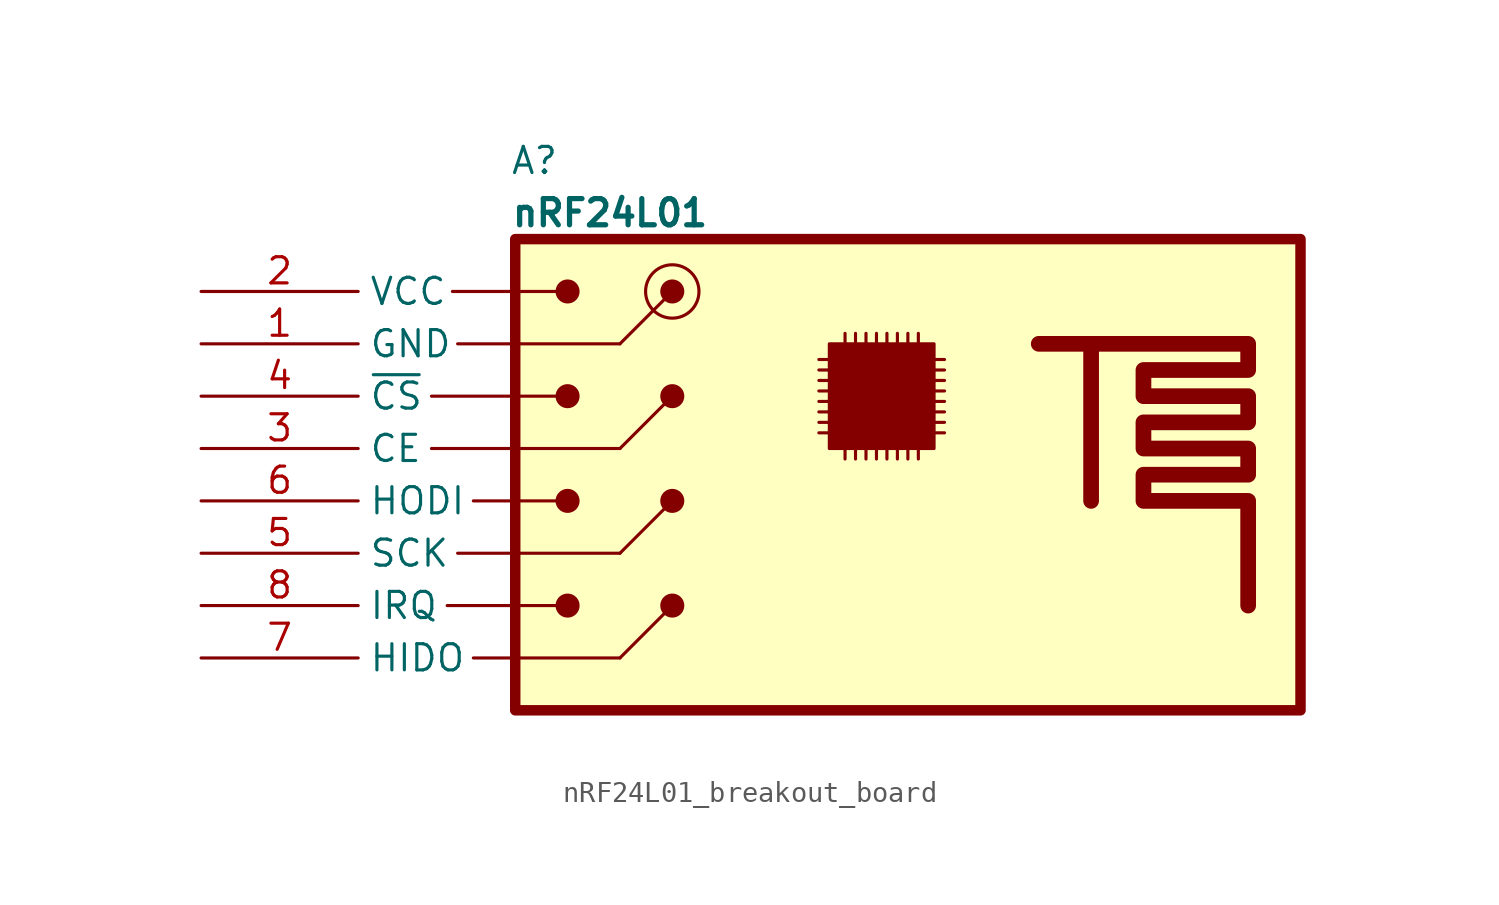
<source format=kicad_sym>
(kicad_symbol_lib
  (version 20220914)
  (generator kicad_symbol_editor)
  (symbol "nRF24L01_breakout_board"
    (property "Reference" "A"
      (at 14.986 6.35 0)
      (effects (font (size 1.27 1.27)) (justify left)))
    (property "Value" "nRF24L01"
      (at 14.986 3.81 0)
      (effects (font (size 1.27 1.27) bold) (justify left)))
    (symbol "nRF24L01_breakout_board_0_1"
      (polyline (pts (xy 11.176 -7.62) (xy 20.32 -7.62)) (stroke (width 0) (type default)) (fill (type none)))
      (polyline (pts (xy 11.176 -5.08) (xy 17.78 -5.08)) (stroke (width 0) (type default)) (fill (type none)))
      (polyline (pts (xy 11.938 -15.24) (xy 17.78 -15.24)) (stroke (width 0) (type default)) (fill (type none)))
      (polyline (pts (xy 12.192 0) (xy 17.78 0)) (stroke (width 0) (type default)) (fill (type none)))
      (polyline (pts (xy 12.446 -12.7) (xy 20.32 -12.7)) (stroke (width 0) (type default)) (fill (type none)))
      (polyline (pts (xy 12.446 -2.54) (xy 20.32 -2.54)) (stroke (width 0) (type default)) (fill (type none)))
      (polyline (pts (xy 13.208 -17.78) (xy 20.32 -17.78)) (stroke (width 0) (type default)) (fill (type none)))
      (polyline (pts (xy 13.208 -10.16) (xy 17.78 -10.16)) (stroke (width 0) (type default)) (fill (type none))))
    (symbol "nRF24L01_breakout_board_1_1"
      (polyline (pts (xy 20.32 -17.78) (xy 22.86 -15.24)) (stroke (width 0) (type default)) (fill (type none)))
      (polyline (pts (xy 20.32 -12.7) (xy 22.86 -10.16)) (stroke (width 0) (type default)) (fill (type none)))
      (polyline (pts (xy 20.32 -7.62) (xy 22.86 -5.08)) (stroke (width 0) (type default)) (fill (type none)))
      (polyline (pts (xy 20.32 -2.54) (xy 22.86 0)) (stroke (width 0) (type default)) (fill (type none)))
      (polyline (pts (xy 30.48 -6.858) (xy 29.972 -6.858)) (stroke (width 0) (type default)) (fill (type none)))
      (polyline (pts (xy 30.48 -6.35) (xy 29.972 -6.35)) (stroke (width 0) (type default)) (fill (type none)))
      (polyline (pts (xy 30.48 -5.842) (xy 29.972 -5.842)) (stroke (width 0) (type default)) (fill (type none)))
      (polyline (pts (xy 30.48 -5.334) (xy 29.972 -5.334)) (stroke (width 0) (type default)) (fill (type none)))
      (polyline (pts (xy 30.48 -4.826) (xy 29.972 -4.826)) (stroke (width 0) (type default)) (fill (type none)))
      (polyline (pts (xy 30.48 -4.318) (xy 29.972 -4.318)) (stroke (width 0) (type default)) (fill (type none)))
      (polyline (pts (xy 30.48 -3.81) (xy 29.972 -3.81)) (stroke (width 0) (type default)) (fill (type none)))
      (polyline (pts (xy 30.48 -3.302) (xy 29.972 -3.302)) (stroke (width 0) (type default)) (fill (type none)))
      (polyline (pts (xy 31.242 -7.62) (xy 31.242 -8.128)) (stroke (width 0) (type default)) (fill (type none)))
      (polyline (pts (xy 31.242 -2.54) (xy 31.242 -2.032)) (stroke (width 0) (type default)) (fill (type none)))
      (polyline (pts (xy 31.75 -7.62) (xy 31.75 -8.128)) (stroke (width 0) (type default)) (fill (type none)))
      (polyline (pts (xy 31.75 -2.54) (xy 31.75 -2.032)) (stroke (width 0) (type default)) (fill (type none)))
      (polyline (pts (xy 32.258 -7.62) (xy 32.258 -8.128)) (stroke (width 0) (type default)) (fill (type none)))
      (polyline (pts (xy 32.258 -2.54) (xy 32.258 -2.032)) (stroke (width 0) (type default)) (fill (type none)))
      (polyline (pts (xy 32.766 -7.62) (xy 32.766 -8.128)) (stroke (width 0) (type default)) (fill (type none)))
      (polyline (pts (xy 32.766 -2.54) (xy 32.766 -2.032)) (stroke (width 0) (type default)) (fill (type none)))
      (polyline (pts (xy 33.274 -7.62) (xy 33.274 -8.128)) (stroke (width 0) (type default)) (fill (type none)))
      (polyline (pts (xy 33.274 -2.54) (xy 33.274 -2.032)) (stroke (width 0) (type default)) (fill (type none)))
      (polyline (pts (xy 33.782 -7.62) (xy 33.782 -8.128)) (stroke (width 0) (type default)) (fill (type none)))
      (polyline (pts (xy 33.782 -2.54) (xy 33.782 -2.032)) (stroke (width 0) (type default)) (fill (type none)))
      (polyline (pts (xy 34.29 -7.62) (xy 34.29 -8.128)) (stroke (width 0) (type default)) (fill (type none)))
      (polyline (pts (xy 34.29 -2.54) (xy 34.29 -2.032)) (stroke (width 0) (type default)) (fill (type none)))
      (polyline (pts (xy 34.798 -7.62) (xy 34.798 -8.128)) (stroke (width 0) (type default)) (fill (type none)))
      (polyline (pts (xy 34.798 -2.54) (xy 34.798 -2.032)) (stroke (width 0) (type default)) (fill (type none)))
      (polyline (pts (xy 35.56 -6.858) (xy 36.068 -6.858)) (stroke (width 0) (type default)) (fill (type none)))
      (polyline (pts (xy 35.56 -6.35) (xy 36.068 -6.35)) (stroke (width 0) (type default)) (fill (type none)))
      (polyline (pts (xy 35.56 -5.842) (xy 36.068 -5.842)) (stroke (width 0) (type default)) (fill (type none)))
      (polyline (pts (xy 35.56 -5.334) (xy 36.068 -5.334)) (stroke (width 0) (type default)) (fill (type none)))
      (polyline (pts (xy 35.56 -4.826) (xy 36.068 -4.826)) (stroke (width 0) (type default)) (fill (type none)))
      (polyline (pts (xy 35.56 -4.318) (xy 36.068 -4.318)) (stroke (width 0) (type default)) (fill (type none)))
      (polyline (pts (xy 35.56 -3.81) (xy 36.068 -3.81)) (stroke (width 0) (type default)) (fill (type none)))
      (polyline (pts (xy 35.56 -3.302) (xy 36.068 -3.302)) (stroke (width 0) (type default)) (fill (type none)))
      (polyline (pts (xy 40.64 -2.54) (xy 43.18 -2.54) (xy 43.18 -10.16)) (stroke (width 0.762) (type default)) (fill (type none)))
      (polyline (pts (xy 43.18 -2.54) (xy 50.8 -2.54) (xy 50.8 -3.81) (xy 45.72 -3.81) (xy 45.72 -5.08) (xy 50.8 -5.08) (xy 50.8 -6.35) (xy 45.72 -6.35) (xy 45.72 -7.62) (xy 50.8 -7.62) (xy 50.8 -8.89) (xy 45.72 -8.89) (xy 45.72 -10.16) (xy 50.8 -10.16) (xy 50.8 -15.24)) (stroke (width 0.762) (type default)) (fill (type none)))
      (rectangle (start 15.24 2.54) (end 53.34 -20.32) (stroke (width 0.508) (type default)) (fill (type background)))
      (circle (center 17.78 -15.24) (radius 0.508) (stroke (width 0) (type default)) (fill (type outline)))
      (circle (center 17.78 -10.16) (radius 0.508) (stroke (width 0) (type default)) (fill (type outline)))
      (circle (center 17.78 -5.08) (radius 0.508) (stroke (width 0) (type default)) (fill (type outline)))
      (circle (center 17.78 0) (radius 0.508) (stroke (width 0) (type default)) (fill (type outline)))
      (circle (center 22.86 -15.24) (radius 0.508) (stroke (width 0) (type default)) (fill (type outline)))
      (circle (center 22.86 -10.16) (radius 0.508) (stroke (width 0) (type default)) (fill (type outline)))
      (circle (center 22.86 -5.08) (radius 0.508) (stroke (width 0) (type default)) (fill (type outline)))
      (circle (center 22.86 0) (radius 1.295) (stroke (width 0) (type default)) (fill (type none)))
      (circle (center 22.86 0) (radius 0.508) (stroke (width 0) (type default)) (fill (type outline)))
      (rectangle (start 30.48 -2.54) (end 35.56 -7.62) (stroke (width 0) (type default)) (fill (type outline)))
      (pin power_in line (at 0 -2.54 0) (length 7.62) (name "GND" (effects (font (size 1.27 1.27)))) (number "1" (effects (font (size 1.27 1.27)))))
      (pin power_in line (at 0 0 0) (length 7.62) (name "VCC" (effects (font (size 1.27 1.27)))) (number "2" (effects (font (size 1.27 1.27)))))
      (pin input line (at 0 -7.62 0) (length 7.62) (name "CE" (effects (font (size 1.27 1.27)))) (number "3" (effects (font (size 1.27 1.27)))))
      (pin input line (at 0 -5.08 0) (length 7.62) (name "~{CS}" (effects (font (size 1.27 1.27)))) (number "4" (effects (font (size 1.27 1.27)))))
      (pin input line (at 0 -12.7 0) (length 7.62) (name "SCK" (effects (font (size 1.27 1.27)))) (number "5" (effects (font (size 1.27 1.27)))))
      (pin input line (at 0 -10.16 0) (length 7.62) (name "HODI" (effects (font (size 1.27 1.27)))) (number "6" (effects (font (size 1.27 1.27)))))
      (pin output line (at 0 -17.78 0) (length 7.62) (name "HIDO" (effects (font (size 1.27 1.27)))) (number "7" (effects (font (size 1.27 1.27)))))
      (pin output line (at 0 -15.24 0) (length 7.62) (name "IRQ" (effects (font (size 1.27 1.27)))) (number "8" (effects (font (size 1.27 1.27))))))))
</source>
